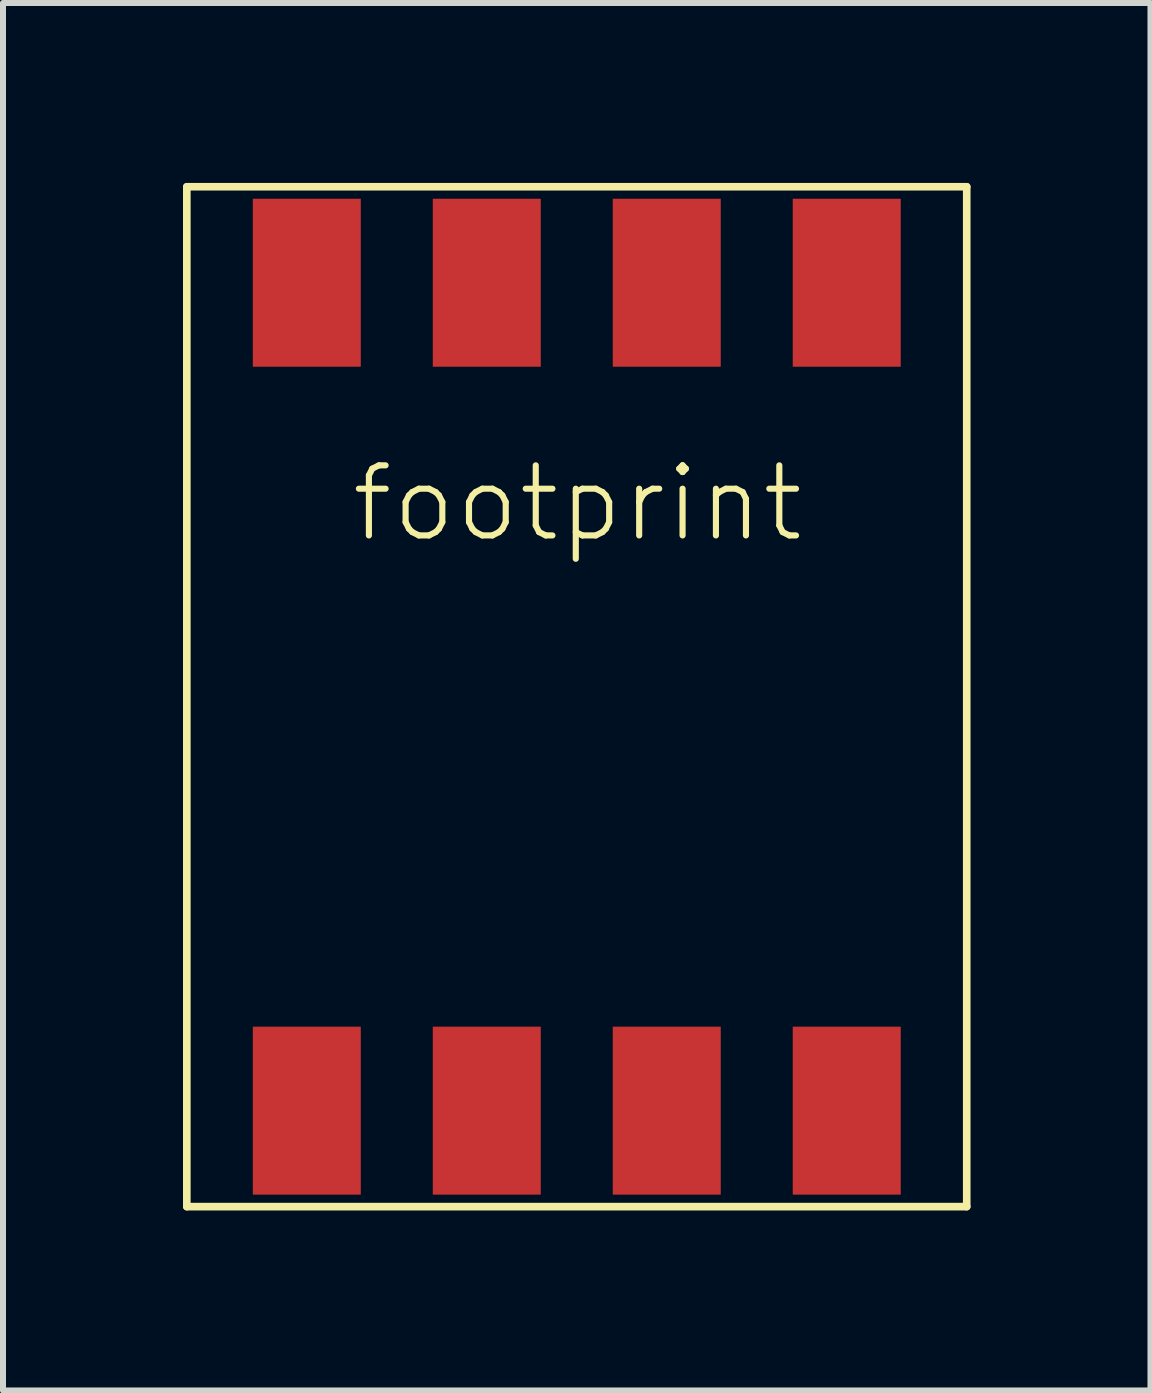
<source format=kicad_pcb>
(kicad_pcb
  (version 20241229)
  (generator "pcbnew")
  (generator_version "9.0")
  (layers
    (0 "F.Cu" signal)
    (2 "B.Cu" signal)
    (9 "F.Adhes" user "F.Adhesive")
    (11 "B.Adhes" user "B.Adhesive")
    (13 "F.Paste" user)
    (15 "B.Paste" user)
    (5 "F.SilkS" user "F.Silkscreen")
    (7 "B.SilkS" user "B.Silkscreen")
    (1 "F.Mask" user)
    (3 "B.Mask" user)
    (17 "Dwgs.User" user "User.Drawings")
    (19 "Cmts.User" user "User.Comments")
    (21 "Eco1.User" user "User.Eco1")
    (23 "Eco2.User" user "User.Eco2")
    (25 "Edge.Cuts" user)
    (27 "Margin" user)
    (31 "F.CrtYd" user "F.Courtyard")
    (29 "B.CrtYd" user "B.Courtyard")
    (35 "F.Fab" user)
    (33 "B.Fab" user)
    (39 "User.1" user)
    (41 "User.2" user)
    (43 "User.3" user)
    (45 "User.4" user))
  (footprint "footprint"
    (layer "F.Cu")
    (at 6.564 8.563)
    (property "Reference" "footprint" (at -3.81 -2.54 0) (layer "F.SilkS") (effects (font (size 1.168 1.168) (thickness 0.102)) (justify left bottom)))
    (fp_line (start -6.5 -8.5) (end 6.5 -8.5) (stroke (width 0.127) (type solid)) (layer "F.SilkS"))
    (fp_line (start -6.5 8.5) (end -6.5 -8.5) (stroke (width 0.127) (type solid)) (layer "F.SilkS"))
    (fp_line (start 6.5 -8.5) (end 6.5 8.5) (stroke (width 0.127) (type solid)) (layer "F.SilkS"))
    (fp_line (start 6.5 8.5) (end -6.5 8.5) (stroke (width 0.127) (type solid)) (layer "F.SilkS"))
    (pad "1" smd rect (at 4.5 -6.9) (size 1.8 2.8) (layers "F.Cu" "F.Mask" "F.Paste"))
    (pad "2" smd rect (at 1.5 -6.9) (size 1.8 2.8) (layers "F.Cu" "F.Mask" "F.Paste"))
    (pad "3" smd rect (at -1.5 -6.9) (size 1.8 2.8) (layers "F.Cu" "F.Mask" "F.Paste"))
    (pad "4" smd rect (at -4.5 -6.9) (size 1.8 2.8) (layers "F.Cu" "F.Mask" "F.Paste"))
    (pad "5" smd rect (at -4.5 6.9) (size 1.8 2.8) (layers "F.Cu" "F.Mask" "F.Paste"))
    (pad "6" smd rect (at -1.5 6.9) (size 1.8 2.8) (layers "F.Cu" "F.Mask" "F.Paste"))
    (pad "7" smd rect (at 1.5 6.9) (size 1.8 2.8) (layers "F.Cu" "F.Mask" "F.Paste"))
    (pad "8" smd rect (at 4.5 6.9) (size 1.8 2.8) (layers "F.Cu" "F.Mask" "F.Paste")))
  (gr_rect
    (start -3 -3)
    (end 16.127 20.127)
    (stroke (width 0.1) (type default))
    (fill no)
    (layer "Edge.Cuts")))
</source>
